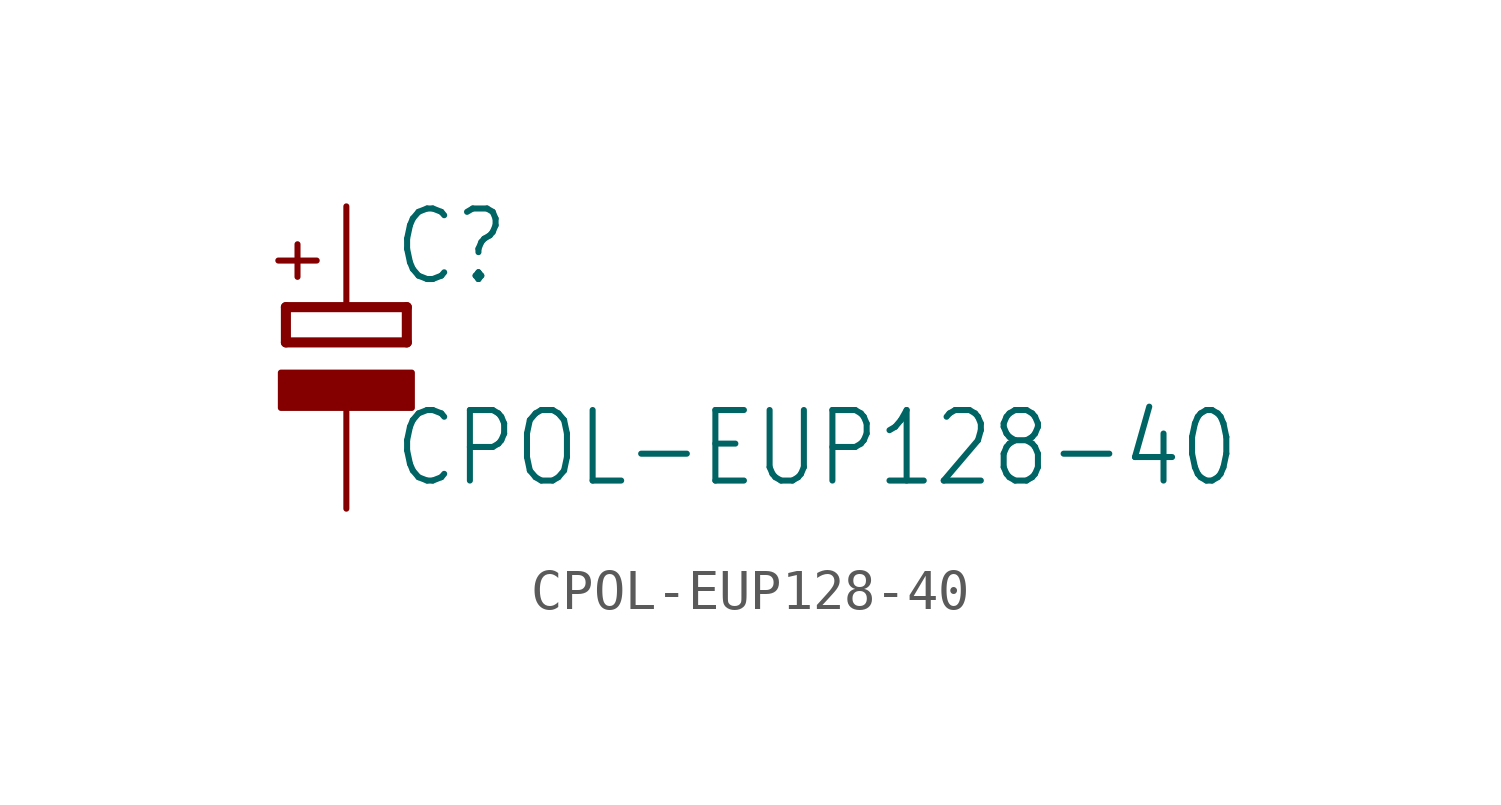
<source format=kicad_sym>
(kicad_symbol_lib
  (version 20211014)
  (generator kicad_symbol_editor)
  (symbol "CPOL-EUP128-40"
    (property "Reference" "C"
      (at 1.143 0.483 0)
      (effects (font (size 1.778 1.511)) (justify left bottom)))
    (property "Value" "CPOL-EUP128-40"
      (at 1.143 -4.597 0)
      (effects (font (size 1.778 1.511)) (justify left bottom)))
    (property "ki_locked" ""
      (at 0 0 0)
      (effects (font (size 1.27 1.27))))
    (symbol "CPOL-EUP128-40_1_0"
      (rectangle (start -1.651 -2.54) (end 1.651 -1.651) (stroke (width 0) (type default) (color 0 0 0 0)) (fill (type outline)))
      (polyline (pts (xy -1.524 -0.889) (xy 1.524 -0.889)) (stroke (width 0.254) (type default) (color 0 0 0 0)) (fill (type none)))
      (polyline (pts (xy -1.524 0) (xy -1.524 -0.889)) (stroke (width 0.254) (type default) (color 0 0 0 0)) (fill (type none)))
      (polyline (pts (xy -1.524 0) (xy 1.524 0)) (stroke (width 0.254) (type default) (color 0 0 0 0)) (fill (type none)))
      (polyline (pts (xy 1.524 -0.889) (xy 1.524 0)) (stroke (width 0.254) (type default) (color 0 0 0 0)) (fill (type none)))
      (text "+" (at -0.584 0.406 900) (effects (font (size 1.27 1.079)) (justify left bottom)))
      (pin passive line (at 0 2.54 270) (length 2.54) (name "+" (effects (font (size 0 0)))) (number "+" (effects (font (size 0 0)))))
      (pin passive line (at 0 -5.08 90) (length 2.54) (name "-" (effects (font (size 0 0)))) (number "-" (effects (font (size 0 0))))))))
</source>
